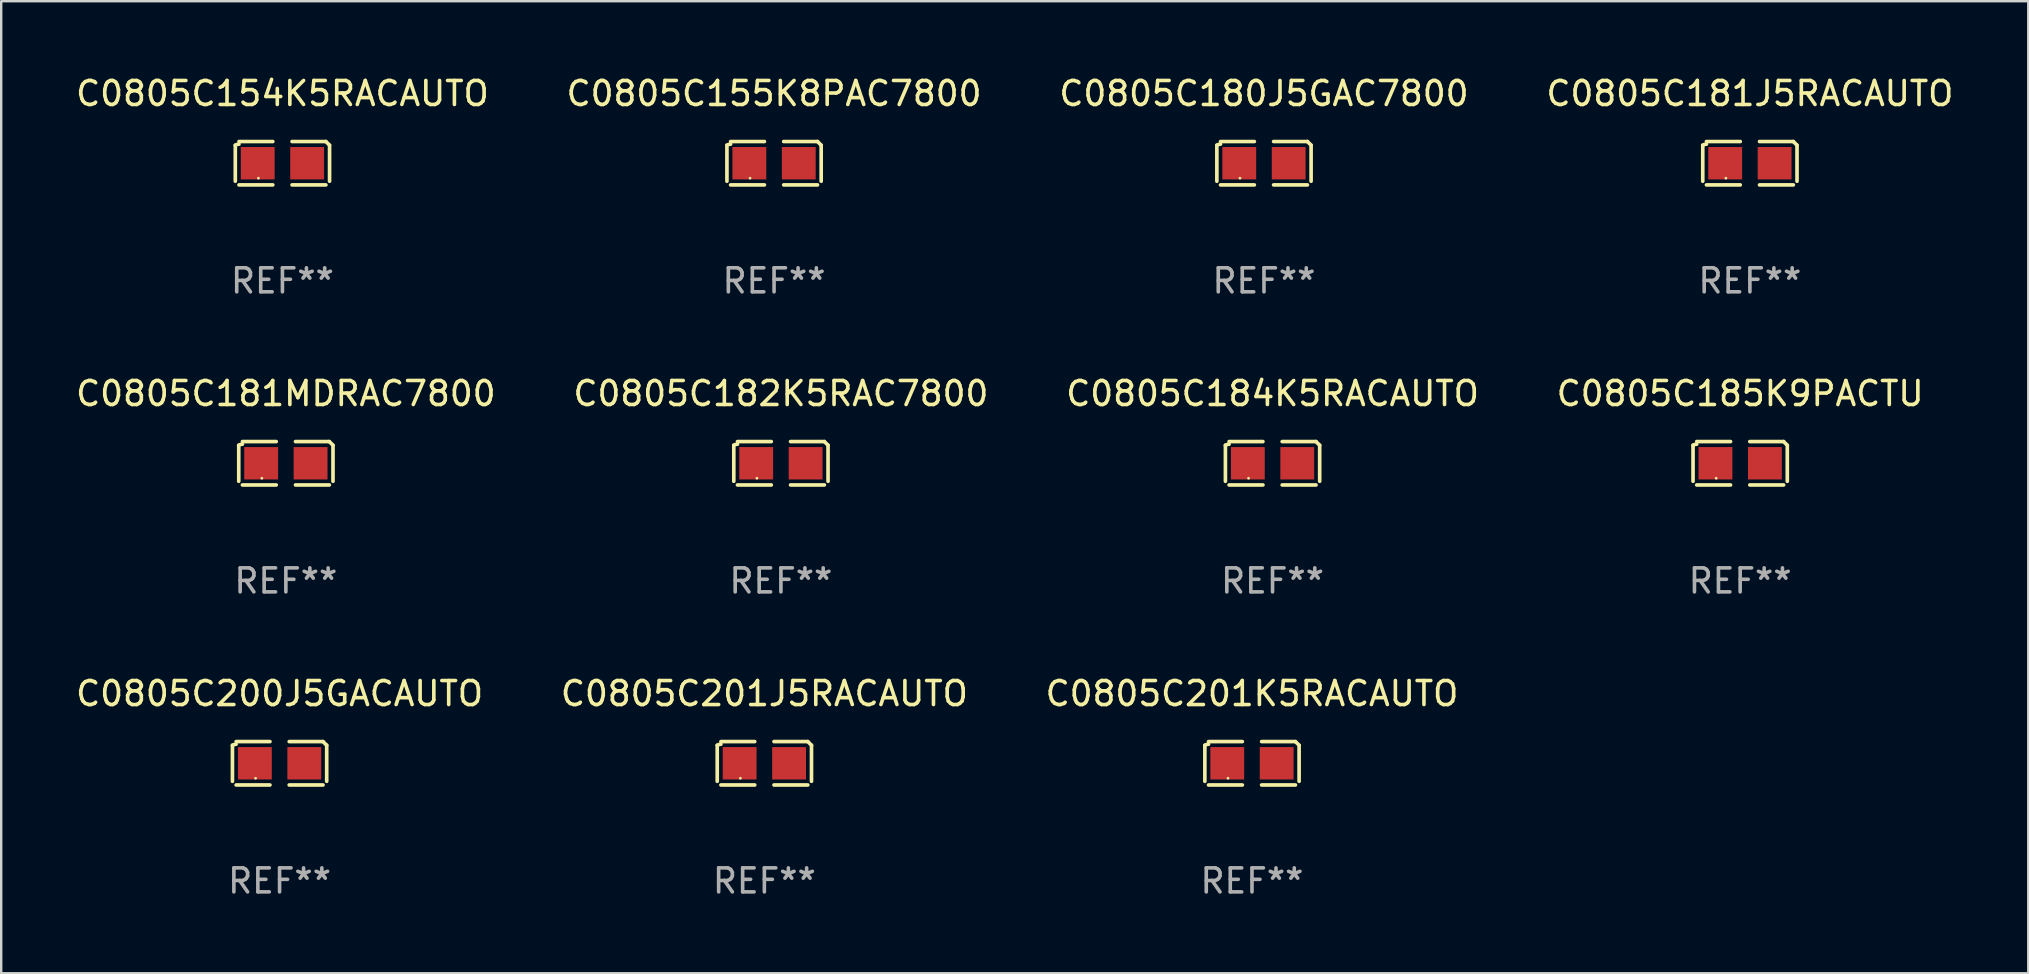
<source format=kicad_pcb>
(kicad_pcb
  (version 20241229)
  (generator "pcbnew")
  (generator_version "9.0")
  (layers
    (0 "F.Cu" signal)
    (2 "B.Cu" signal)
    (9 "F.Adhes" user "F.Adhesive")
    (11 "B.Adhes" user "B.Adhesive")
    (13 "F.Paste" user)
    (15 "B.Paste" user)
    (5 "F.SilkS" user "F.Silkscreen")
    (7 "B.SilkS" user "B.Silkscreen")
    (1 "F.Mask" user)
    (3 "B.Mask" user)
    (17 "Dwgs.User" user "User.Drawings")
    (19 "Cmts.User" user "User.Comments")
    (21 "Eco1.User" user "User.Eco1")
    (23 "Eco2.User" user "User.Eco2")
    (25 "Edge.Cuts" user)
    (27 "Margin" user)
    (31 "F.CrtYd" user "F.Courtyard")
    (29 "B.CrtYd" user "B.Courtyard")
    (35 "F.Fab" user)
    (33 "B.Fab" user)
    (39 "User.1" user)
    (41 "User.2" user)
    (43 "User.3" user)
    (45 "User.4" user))
  (footprint "C0805C185K9PACTU"
    (layer "F.Cu")
    (at 69.47 16.256)
    (property "Reference" "C0805C185K9PACTU" (at 0 -2.904 0) (layer "F.SilkS") (effects (font (size 1 1) (thickness 0.15))))
    (attr through_hole)
    (fp_line (start -1.964 0.751) (end -1.964 -0.751) (stroke (width 0.152) (type solid)) (layer "F.SilkS"))
    (fp_line (start -1.811 -0.904) (end -0.401 -0.904) (stroke (width 0.152) (type solid)) (layer "F.SilkS"))
    (fp_line (start -0.401 0.904) (end -1.811 0.904) (stroke (width 0.152) (type solid)) (layer "F.SilkS"))
    (fp_line (start 0.401 0.904) (end 1.811 0.904) (stroke (width 0.152) (type solid)) (layer "F.SilkS"))
    (fp_line (start 1.811 -0.904) (end 0.401 -0.904) (stroke (width 0.152) (type solid)) (layer "F.SilkS"))
    (fp_line (start 1.964 0.751) (end 1.964 -0.751) (stroke (width 0.152) (type solid)) (layer "F.SilkS"))
    (fp_arc (start -1.963602 -0.751207) (mid -1.890354 -0.783131) (end -1.811201 -0.794044) (stroke (width 0.1524) (type solid)) (layer "F.SilkS"))
    (fp_arc (start 1.811202 -0.903607) (mid 1.887413 -0.827418) (end 1.963602 -0.751207) (stroke (width 0.1524) (type solid)) (layer "F.SilkS"))
    (fp_circle (center -1 0.625) (end -0.97 0.625) (stroke (width 0.06) (type solid)) (fill no) (layer "F.SilkS"))
    (fp_text user "REF**" (at 0 4.904 0) (layer "F.Fab") (effects (font (size 1 1) (thickness 0.15))))
    (pad "1" smd rect (at -1.03 0) (size 1.41 1.35) (layers "F.Cu" "F.Mask" "F.Paste"))
    (pad "2" smd rect (at 1.03 0) (size 1.41 1.35) (layers "F.Cu" "F.Mask" "F.Paste")))
  (footprint "C0805C201J5RACAUTO"
    (layer "F.Cu")
    (at 28.804 28.759)
    (property "Reference" "C0805C201J5RACAUTO" (at 0 -2.904 0) (layer "F.SilkS") (effects (font (size 1 1) (thickness 0.15))))
    (attr through_hole)
    (fp_line (start -1.964 0.751) (end -1.964 -0.751) (stroke (width 0.152) (type solid)) (layer "F.SilkS"))
    (fp_line (start -1.811 -0.904) (end -0.401 -0.904) (stroke (width 0.152) (type solid)) (layer "F.SilkS"))
    (fp_line (start -0.401 0.904) (end -1.811 0.904) (stroke (width 0.152) (type solid)) (layer "F.SilkS"))
    (fp_line (start 0.401 0.904) (end 1.811 0.904) (stroke (width 0.152) (type solid)) (layer "F.SilkS"))
    (fp_line (start 1.811 -0.904) (end 0.401 -0.904) (stroke (width 0.152) (type solid)) (layer "F.SilkS"))
    (fp_line (start 1.964 0.751) (end 1.964 -0.751) (stroke (width 0.152) (type solid)) (layer "F.SilkS"))
    (fp_arc (start -1.963602 -0.751207) (mid -1.890354 -0.783131) (end -1.811201 -0.794044) (stroke (width 0.1524) (type solid)) (layer "F.SilkS"))
    (fp_arc (start 1.811202 -0.903607) (mid 1.887413 -0.827418) (end 1.963602 -0.751207) (stroke (width 0.1524) (type solid)) (layer "F.SilkS"))
    (fp_circle (center -1 0.625) (end -0.97 0.625) (stroke (width 0.06) (type solid)) (fill no) (layer "F.SilkS"))
    (fp_text user "REF**" (at 0 4.904 0) (layer "F.Fab") (effects (font (size 1 1) (thickness 0.15))))
    (pad "1" smd rect (at -1.03 0) (size 1.41 1.35) (layers "F.Cu" "F.Mask" "F.Paste"))
    (pad "2" smd rect (at 1.03 0) (size 1.41 1.35) (layers "F.Cu" "F.Mask" "F.Paste")))
  (footprint "C0805C181MDRAC7800"
    (layer "F.Cu")
    (at 8.863 16.256)
    (property "Reference" "C0805C181MDRAC7800" (at 0 -2.904 0) (layer "F.SilkS") (effects (font (size 1 1) (thickness 0.15))))
    (attr through_hole)
    (fp_line (start -1.964 0.751) (end -1.964 -0.751) (stroke (width 0.152) (type solid)) (layer "F.SilkS"))
    (fp_line (start -1.811 -0.904) (end -0.401 -0.904) (stroke (width 0.152) (type solid)) (layer "F.SilkS"))
    (fp_line (start -0.401 0.904) (end -1.811 0.904) (stroke (width 0.152) (type solid)) (layer "F.SilkS"))
    (fp_line (start 0.401 0.904) (end 1.811 0.904) (stroke (width 0.152) (type solid)) (layer "F.SilkS"))
    (fp_line (start 1.811 -0.904) (end 0.401 -0.904) (stroke (width 0.152) (type solid)) (layer "F.SilkS"))
    (fp_line (start 1.964 0.751) (end 1.964 -0.751) (stroke (width 0.152) (type solid)) (layer "F.SilkS"))
    (fp_arc (start -1.963602 -0.751207) (mid -1.890354 -0.783131) (end -1.811201 -0.794044) (stroke (width 0.1524) (type solid)) (layer "F.SilkS"))
    (fp_arc (start 1.811202 -0.903607) (mid 1.887413 -0.827418) (end 1.963602 -0.751207) (stroke (width 0.1524) (type solid)) (layer "F.SilkS"))
    (fp_circle (center -1 0.625) (end -0.97 0.625) (stroke (width 0.06) (type solid)) (fill no) (layer "F.SilkS"))
    (fp_text user "REF**" (at 0 4.904 0) (layer "F.Fab") (effects (font (size 1 1) (thickness 0.15))))
    (pad "1" smd rect (at -1.03 0) (size 1.41 1.35) (layers "F.Cu" "F.Mask" "F.Paste"))
    (pad "2" smd rect (at 1.03 0) (size 1.41 1.35) (layers "F.Cu" "F.Mask" "F.Paste")))
  (footprint "C0805C181J5RACAUTO"
    (layer "F.Cu")
    (at 69.875 3.752)
    (property "Reference" "C0805C181J5RACAUTO" (at 0 -2.904 0) (layer "F.SilkS") (effects (font (size 1 1) (thickness 0.15))))
    (attr through_hole)
    (fp_line (start -1.964 0.751) (end -1.964 -0.751) (stroke (width 0.152) (type solid)) (layer "F.SilkS"))
    (fp_line (start -1.811 -0.904) (end -0.401 -0.904) (stroke (width 0.152) (type solid)) (layer "F.SilkS"))
    (fp_line (start -0.401 0.904) (end -1.811 0.904) (stroke (width 0.152) (type solid)) (layer "F.SilkS"))
    (fp_line (start 0.401 0.904) (end 1.811 0.904) (stroke (width 0.152) (type solid)) (layer "F.SilkS"))
    (fp_line (start 1.811 -0.904) (end 0.401 -0.904) (stroke (width 0.152) (type solid)) (layer "F.SilkS"))
    (fp_line (start 1.964 0.751) (end 1.964 -0.751) (stroke (width 0.152) (type solid)) (layer "F.SilkS"))
    (fp_arc (start -1.963602 -0.751207) (mid -1.890354 -0.783131) (end -1.811201 -0.794044) (stroke (width 0.1524) (type solid)) (layer "F.SilkS"))
    (fp_arc (start 1.811202 -0.903607) (mid 1.887413 -0.827418) (end 1.963602 -0.751207) (stroke (width 0.1524) (type solid)) (layer "F.SilkS"))
    (fp_circle (center -1 0.625) (end -0.97 0.625) (stroke (width 0.06) (type solid)) (fill no) (layer "F.SilkS"))
    (fp_text user "REF**" (at 0 4.904 0) (layer "F.Fab") (effects (font (size 1 1) (thickness 0.15))))
    (pad "1" smd rect (at -1.03 0) (size 1.41 1.35) (layers "F.Cu" "F.Mask" "F.Paste"))
    (pad "2" smd rect (at 1.03 0) (size 1.41 1.35) (layers "F.Cu" "F.Mask" "F.Paste")))
  (footprint "C0805C155K8PAC7800"
    (layer "F.Cu")
    (at 29.208 3.752)
    (property "Reference" "C0805C155K8PAC7800" (at 0 -2.904 0) (layer "F.SilkS") (effects (font (size 1 1) (thickness 0.15))))
    (attr through_hole)
    (fp_line (start -1.964 0.751) (end -1.964 -0.751) (stroke (width 0.152) (type solid)) (layer "F.SilkS"))
    (fp_line (start -1.811 -0.904) (end -0.401 -0.904) (stroke (width 0.152) (type solid)) (layer "F.SilkS"))
    (fp_line (start -0.401 0.904) (end -1.811 0.904) (stroke (width 0.152) (type solid)) (layer "F.SilkS"))
    (fp_line (start 0.401 0.904) (end 1.811 0.904) (stroke (width 0.152) (type solid)) (layer "F.SilkS"))
    (fp_line (start 1.811 -0.904) (end 0.401 -0.904) (stroke (width 0.152) (type solid)) (layer "F.SilkS"))
    (fp_line (start 1.964 0.751) (end 1.964 -0.751) (stroke (width 0.152) (type solid)) (layer "F.SilkS"))
    (fp_arc (start -1.963602 -0.751207) (mid -1.890354 -0.783131) (end -1.811201 -0.794044) (stroke (width 0.1524) (type solid)) (layer "F.SilkS"))
    (fp_arc (start 1.811202 -0.903607) (mid 1.887413 -0.827418) (end 1.963602 -0.751207) (stroke (width 0.1524) (type solid)) (layer "F.SilkS"))
    (fp_circle (center -1 0.625) (end -0.97 0.625) (stroke (width 0.06) (type solid)) (fill no) (layer "F.SilkS"))
    (fp_text user "REF**" (at 0 4.904 0) (layer "F.Fab") (effects (font (size 1 1) (thickness 0.15))))
    (pad "1" smd rect (at -1.03 0) (size 1.41 1.35) (layers "F.Cu" "F.Mask" "F.Paste"))
    (pad "2" smd rect (at 1.03 0) (size 1.41 1.35) (layers "F.Cu" "F.Mask" "F.Paste")))
  (footprint "C0805C182K5RAC7800"
    (layer "F.Cu")
    (at 29.494 16.256)
    (property "Reference" "C0805C182K5RAC7800" (at 0 -2.904 0) (layer "F.SilkS") (effects (font (size 1 1) (thickness 0.15))))
    (attr through_hole)
    (fp_line (start -1.964 0.751) (end -1.964 -0.751) (stroke (width 0.152) (type solid)) (layer "F.SilkS"))
    (fp_line (start -1.811 -0.904) (end -0.401 -0.904) (stroke (width 0.152) (type solid)) (layer "F.SilkS"))
    (fp_line (start -0.401 0.904) (end -1.811 0.904) (stroke (width 0.152) (type solid)) (layer "F.SilkS"))
    (fp_line (start 0.401 0.904) (end 1.811 0.904) (stroke (width 0.152) (type solid)) (layer "F.SilkS"))
    (fp_line (start 1.811 -0.904) (end 0.401 -0.904) (stroke (width 0.152) (type solid)) (layer "F.SilkS"))
    (fp_line (start 1.964 0.751) (end 1.964 -0.751) (stroke (width 0.152) (type solid)) (layer "F.SilkS"))
    (fp_arc (start -1.963602 -0.751207) (mid -1.890354 -0.783131) (end -1.811201 -0.794044) (stroke (width 0.1524) (type solid)) (layer "F.SilkS"))
    (fp_arc (start 1.811202 -0.903607) (mid 1.887413 -0.827418) (end 1.963602 -0.751207) (stroke (width 0.1524) (type solid)) (layer "F.SilkS"))
    (fp_circle (center -1 0.625) (end -0.97 0.625) (stroke (width 0.06) (type solid)) (fill no) (layer "F.SilkS"))
    (fp_text user "REF**" (at 0 4.904 0) (layer "F.Fab") (effects (font (size 1 1) (thickness 0.15))))
    (pad "1" smd rect (at -1.03 0) (size 1.41 1.35) (layers "F.Cu" "F.Mask" "F.Paste"))
    (pad "2" smd rect (at 1.03 0) (size 1.41 1.35) (layers "F.Cu" "F.Mask" "F.Paste")))
  (footprint "C0805C201K5RACAUTO"
    (layer "F.Cu")
    (at 49.125 28.759)
    (property "Reference" "C0805C201K5RACAUTO" (at 0 -2.904 0) (layer "F.SilkS") (effects (font (size 1 1) (thickness 0.15))))
    (attr through_hole)
    (fp_line (start -1.964 0.751) (end -1.964 -0.751) (stroke (width 0.152) (type solid)) (layer "F.SilkS"))
    (fp_line (start -1.811 -0.904) (end -0.401 -0.904) (stroke (width 0.152) (type solid)) (layer "F.SilkS"))
    (fp_line (start -0.401 0.904) (end -1.811 0.904) (stroke (width 0.152) (type solid)) (layer "F.SilkS"))
    (fp_line (start 0.401 0.904) (end 1.811 0.904) (stroke (width 0.152) (type solid)) (layer "F.SilkS"))
    (fp_line (start 1.811 -0.904) (end 0.401 -0.904) (stroke (width 0.152) (type solid)) (layer "F.SilkS"))
    (fp_line (start 1.964 0.751) (end 1.964 -0.751) (stroke (width 0.152) (type solid)) (layer "F.SilkS"))
    (fp_arc (start -1.963602 -0.751207) (mid -1.890354 -0.783131) (end -1.811201 -0.794044) (stroke (width 0.1524) (type solid)) (layer "F.SilkS"))
    (fp_arc (start 1.811202 -0.903607) (mid 1.887413 -0.827418) (end 1.963602 -0.751207) (stroke (width 0.1524) (type solid)) (layer "F.SilkS"))
    (fp_circle (center -1 0.625) (end -0.97 0.625) (stroke (width 0.06) (type solid)) (fill no) (layer "F.SilkS"))
    (fp_text user "REF**" (at 0 4.904 0) (layer "F.Fab") (effects (font (size 1 1) (thickness 0.15))))
    (pad "1" smd rect (at -1.03 0) (size 1.41 1.35) (layers "F.Cu" "F.Mask" "F.Paste"))
    (pad "2" smd rect (at 1.03 0) (size 1.41 1.35) (layers "F.Cu" "F.Mask" "F.Paste")))
  (footprint "C0805C154K5RACAUTO"
    (layer "F.Cu")
    (at 8.72 3.752)
    (property "Reference" "C0805C154K5RACAUTO" (at 0 -2.904 0) (layer "F.SilkS") (effects (font (size 1 1) (thickness 0.15))))
    (attr through_hole)
    (fp_line (start -1.964 0.751) (end -1.964 -0.751) (stroke (width 0.152) (type solid)) (layer "F.SilkS"))
    (fp_line (start -1.811 -0.904) (end -0.401 -0.904) (stroke (width 0.152) (type solid)) (layer "F.SilkS"))
    (fp_line (start -0.401 0.904) (end -1.811 0.904) (stroke (width 0.152) (type solid)) (layer "F.SilkS"))
    (fp_line (start 0.401 0.904) (end 1.811 0.904) (stroke (width 0.152) (type solid)) (layer "F.SilkS"))
    (fp_line (start 1.811 -0.904) (end 0.401 -0.904) (stroke (width 0.152) (type solid)) (layer "F.SilkS"))
    (fp_line (start 1.964 0.751) (end 1.964 -0.751) (stroke (width 0.152) (type solid)) (layer "F.SilkS"))
    (fp_arc (start -1.963602 -0.751207) (mid -1.890354 -0.783131) (end -1.811201 -0.794044) (stroke (width 0.1524) (type solid)) (layer "F.SilkS"))
    (fp_arc (start 1.811202 -0.903607) (mid 1.887413 -0.827418) (end 1.963602 -0.751207) (stroke (width 0.1524) (type solid)) (layer "F.SilkS"))
    (fp_circle (center -1 0.625) (end -0.97 0.625) (stroke (width 0.06) (type solid)) (fill no) (layer "F.SilkS"))
    (fp_text user "REF**" (at 0 4.904 0) (layer "F.Fab") (effects (font (size 1 1) (thickness 0.15))))
    (pad "1" smd rect (at -1.03 0) (size 1.41 1.35) (layers "F.Cu" "F.Mask" "F.Paste"))
    (pad "2" smd rect (at 1.03 0) (size 1.41 1.35) (layers "F.Cu" "F.Mask" "F.Paste")))
  (footprint "C0805C180J5GAC7800"
    (layer "F.Cu")
    (at 49.625 3.752)
    (property "Reference" "C0805C180J5GAC7800" (at 0 -2.904 0) (layer "F.SilkS") (effects (font (size 1 1) (thickness 0.15))))
    (attr through_hole)
    (fp_line (start -1.964 0.751) (end -1.964 -0.751) (stroke (width 0.152) (type solid)) (layer "F.SilkS"))
    (fp_line (start -1.811 -0.904) (end -0.401 -0.904) (stroke (width 0.152) (type solid)) (layer "F.SilkS"))
    (fp_line (start -0.401 0.904) (end -1.811 0.904) (stroke (width 0.152) (type solid)) (layer "F.SilkS"))
    (fp_line (start 0.401 0.904) (end 1.811 0.904) (stroke (width 0.152) (type solid)) (layer "F.SilkS"))
    (fp_line (start 1.811 -0.904) (end 0.401 -0.904) (stroke (width 0.152) (type solid)) (layer "F.SilkS"))
    (fp_line (start 1.964 0.751) (end 1.964 -0.751) (stroke (width 0.152) (type solid)) (layer "F.SilkS"))
    (fp_arc (start -1.963602 -0.751207) (mid -1.890354 -0.783131) (end -1.811201 -0.794044) (stroke (width 0.1524) (type solid)) (layer "F.SilkS"))
    (fp_arc (start 1.811202 -0.903607) (mid 1.887413 -0.827418) (end 1.963602 -0.751207) (stroke (width 0.1524) (type solid)) (layer "F.SilkS"))
    (fp_circle (center -1 0.625) (end -0.97 0.625) (stroke (width 0.06) (type solid)) (fill no) (layer "F.SilkS"))
    (fp_text user "REF**" (at 0 4.904 0) (layer "F.Fab") (effects (font (size 1 1) (thickness 0.15))))
    (pad "1" smd rect (at -1.03 0) (size 1.41 1.35) (layers "F.Cu" "F.Mask" "F.Paste"))
    (pad "2" smd rect (at 1.03 0) (size 1.41 1.35) (layers "F.Cu" "F.Mask" "F.Paste")))
  (footprint "C0805C184K5RACAUTO"
    (layer "F.Cu")
    (at 49.982 16.256)
    (property "Reference" "C0805C184K5RACAUTO" (at 0 -2.904 0) (layer "F.SilkS") (effects (font (size 1 1) (thickness 0.15))))
    (attr through_hole)
    (fp_line (start -1.964 0.751) (end -1.964 -0.751) (stroke (width 0.152) (type solid)) (layer "F.SilkS"))
    (fp_line (start -1.811 -0.904) (end -0.401 -0.904) (stroke (width 0.152) (type solid)) (layer "F.SilkS"))
    (fp_line (start -0.401 0.904) (end -1.811 0.904) (stroke (width 0.152) (type solid)) (layer "F.SilkS"))
    (fp_line (start 0.401 0.904) (end 1.811 0.904) (stroke (width 0.152) (type solid)) (layer "F.SilkS"))
    (fp_line (start 1.811 -0.904) (end 0.401 -0.904) (stroke (width 0.152) (type solid)) (layer "F.SilkS"))
    (fp_line (start 1.964 0.751) (end 1.964 -0.751) (stroke (width 0.152) (type solid)) (layer "F.SilkS"))
    (fp_arc (start -1.963602 -0.751207) (mid -1.890354 -0.783131) (end -1.811201 -0.794044) (stroke (width 0.1524) (type solid)) (layer "F.SilkS"))
    (fp_arc (start 1.811202 -0.903607) (mid 1.887413 -0.827418) (end 1.963602 -0.751207) (stroke (width 0.1524) (type solid)) (layer "F.SilkS"))
    (fp_circle (center -1 0.625) (end -0.97 0.625) (stroke (width 0.06) (type solid)) (fill no) (layer "F.SilkS"))
    (fp_text user "REF**" (at 0 4.904 0) (layer "F.Fab") (effects (font (size 1 1) (thickness 0.15))))
    (pad "1" smd rect (at -1.03 0) (size 1.41 1.35) (layers "F.Cu" "F.Mask" "F.Paste"))
    (pad "2" smd rect (at 1.03 0) (size 1.41 1.35) (layers "F.Cu" "F.Mask" "F.Paste")))
  (footprint "C0805C200J5GACAUTO"
    (layer "F.Cu")
    (at 8.601 28.759)
    (property "Reference" "C0805C200J5GACAUTO" (at 0 -2.904 0) (layer "F.SilkS") (effects (font (size 1 1) (thickness 0.15))))
    (attr through_hole)
    (fp_line (start -1.964 0.751) (end -1.964 -0.751) (stroke (width 0.152) (type solid)) (layer "F.SilkS"))
    (fp_line (start -1.811 -0.904) (end -0.401 -0.904) (stroke (width 0.152) (type solid)) (layer "F.SilkS"))
    (fp_line (start -0.401 0.904) (end -1.811 0.904) (stroke (width 0.152) (type solid)) (layer "F.SilkS"))
    (fp_line (start 0.401 0.904) (end 1.811 0.904) (stroke (width 0.152) (type solid)) (layer "F.SilkS"))
    (fp_line (start 1.811 -0.904) (end 0.401 -0.904) (stroke (width 0.152) (type solid)) (layer "F.SilkS"))
    (fp_line (start 1.964 0.751) (end 1.964 -0.751) (stroke (width 0.152) (type solid)) (layer "F.SilkS"))
    (fp_arc (start -1.963602 -0.751207) (mid -1.890354 -0.783131) (end -1.811201 -0.794044) (stroke (width 0.1524) (type solid)) (layer "F.SilkS"))
    (fp_arc (start 1.811202 -0.903607) (mid 1.887413 -0.827418) (end 1.963602 -0.751207) (stroke (width 0.1524) (type solid)) (layer "F.SilkS"))
    (fp_circle (center -1 0.625) (end -0.97 0.625) (stroke (width 0.06) (type solid)) (fill no) (layer "F.SilkS"))
    (fp_text user "REF**" (at 0 4.904 0) (layer "F.Fab") (effects (font (size 1 1) (thickness 0.15))))
    (pad "1" smd rect (at -1.03 0) (size 1.41 1.35) (layers "F.Cu" "F.Mask" "F.Paste"))
    (pad "2" smd rect (at 1.03 0) (size 1.41 1.35) (layers "F.Cu" "F.Mask" "F.Paste")))
  (gr_rect
    (start -3 -3)
    (end 81.476 37.511)
    (stroke (width 0.1) (type default))
    (fill no)
    (layer "Edge.Cuts")))
</source>
